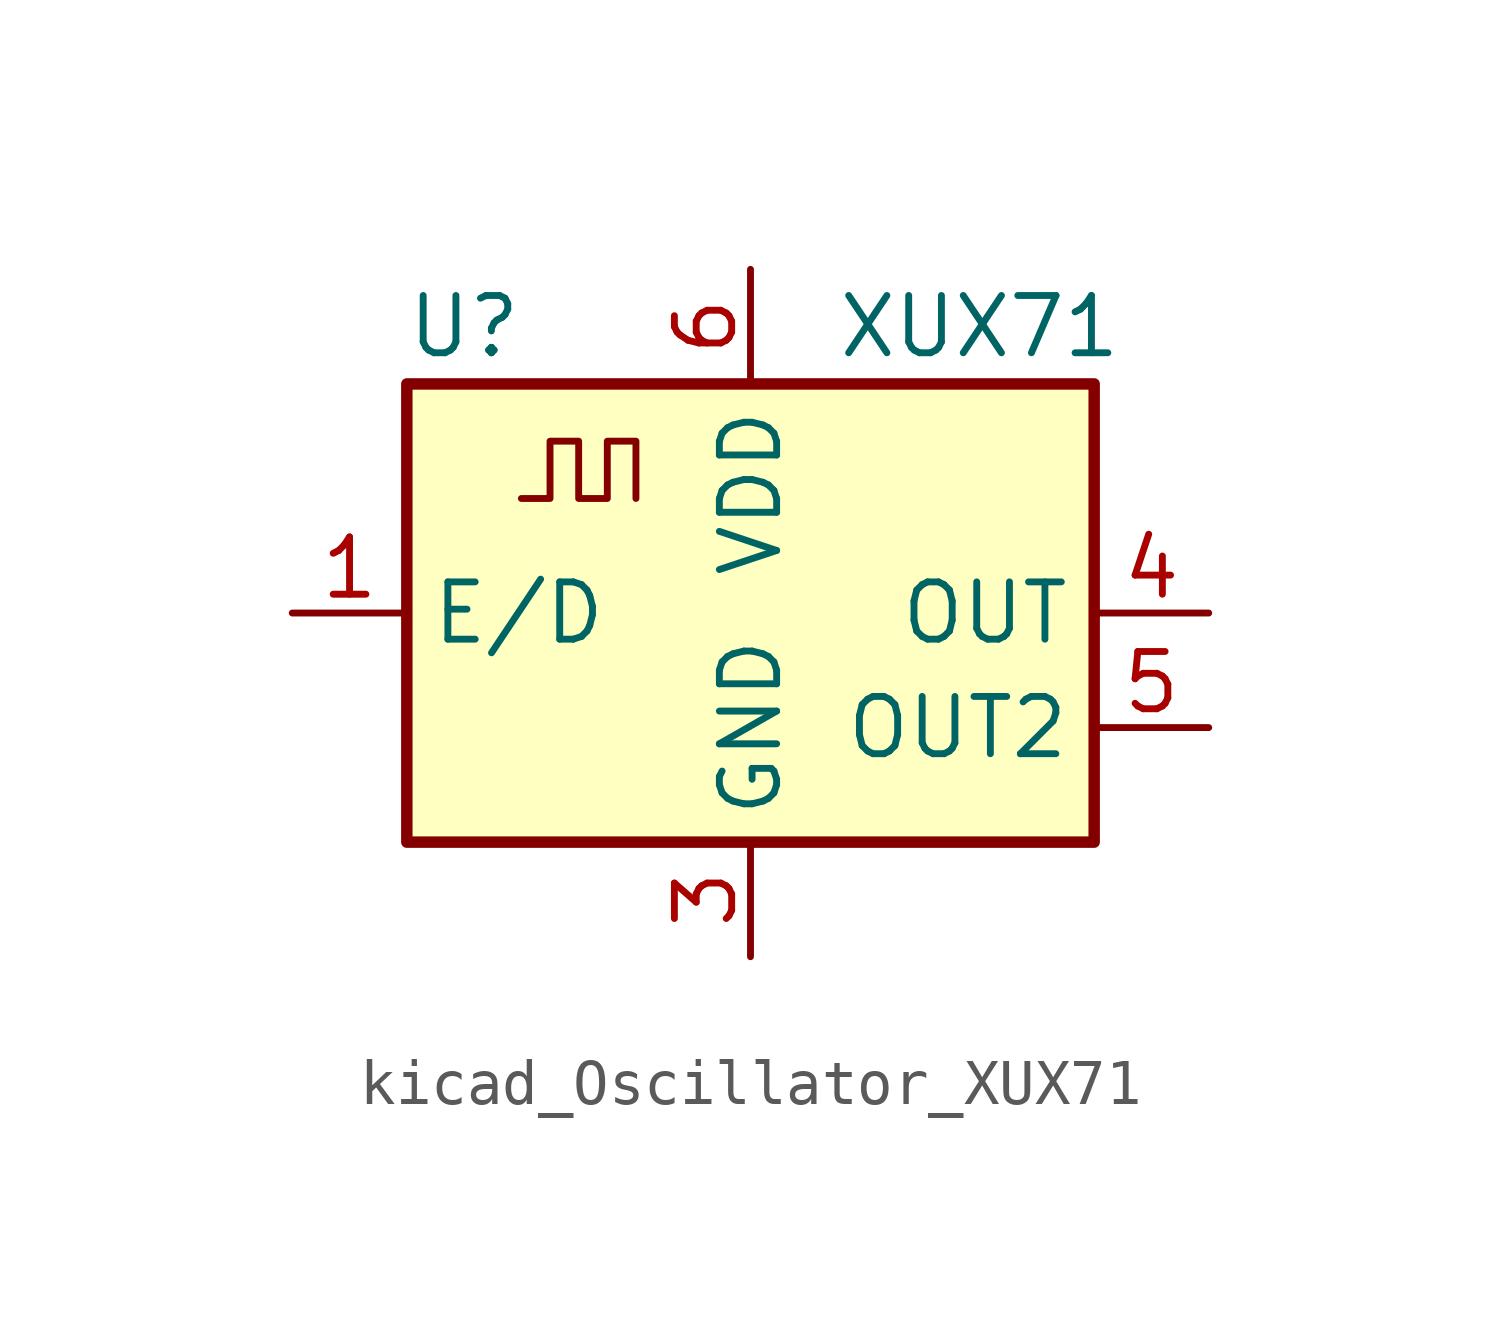
<source format=kicad_sym>
(kicad_symbol_lib
  (version 20220914)
  (generator kicad_symbol_editor)
  (symbol "kicad_Oscillator_XUX71"
    (property "Reference" "U"
      (at -6.35 6.35 0)
      (effects (font (size 1.27 1.27))))
    (property "Value" "XUX71"
      (at 5.08 6.35 0)
      (effects (font (size 1.27 1.27))))
    (symbol "kicad_Oscillator_XUX71_0_1"
      (rectangle (start -7.62 5.08) (end 7.62 -5.08) (stroke (width 0.254) (type default)) (fill (type background))))
    (symbol "kicad_Oscillator_XUX71_1_1"
      (polyline (pts (xy -5.08 2.54) (xy -4.445 2.54) (xy -4.445 3.81) (xy -3.81 3.81) (xy -3.81 2.54) (xy -3.175 2.54) (xy -3.175 3.81) (xy -2.54 3.81) (xy -2.54 2.54)) (stroke (width 0) (type default)) (fill (type none)))
      (pin input line (at -10.16 0 0) (length 2.54) (name "E/D" (effects (font (size 1.27 1.27)))) (number "1" (effects (font (size 1.27 1.27)))))
      (pin no_connect line (at -7.62 -2.54 0) (length 2.54) hide (name "NC" (effects (font (size 1.27 1.27)))) (number "2" (effects (font (size 1.27 1.27)))))
      (pin power_in line (at 0 -7.62 90) (length 2.54) (name "GND" (effects (font (size 1.27 1.27)))) (number "3" (effects (font (size 1.27 1.27)))))
      (pin output line (at 10.16 0 180) (length 2.54) (name "OUT" (effects (font (size 1.27 1.27)))) (number "4" (effects (font (size 1.27 1.27)))))
      (pin output line (at 10.16 -2.54 180) (length 2.54) (name "OUT2" (effects (font (size 1.27 1.27)))) (number "5" (effects (font (size 1.27 1.27)))))
      (pin power_in line (at 0 7.62 270) (length 2.54) (name "VDD" (effects (font (size 1.27 1.27)))) (number "6" (effects (font (size 1.27 1.27))))))))
</source>
